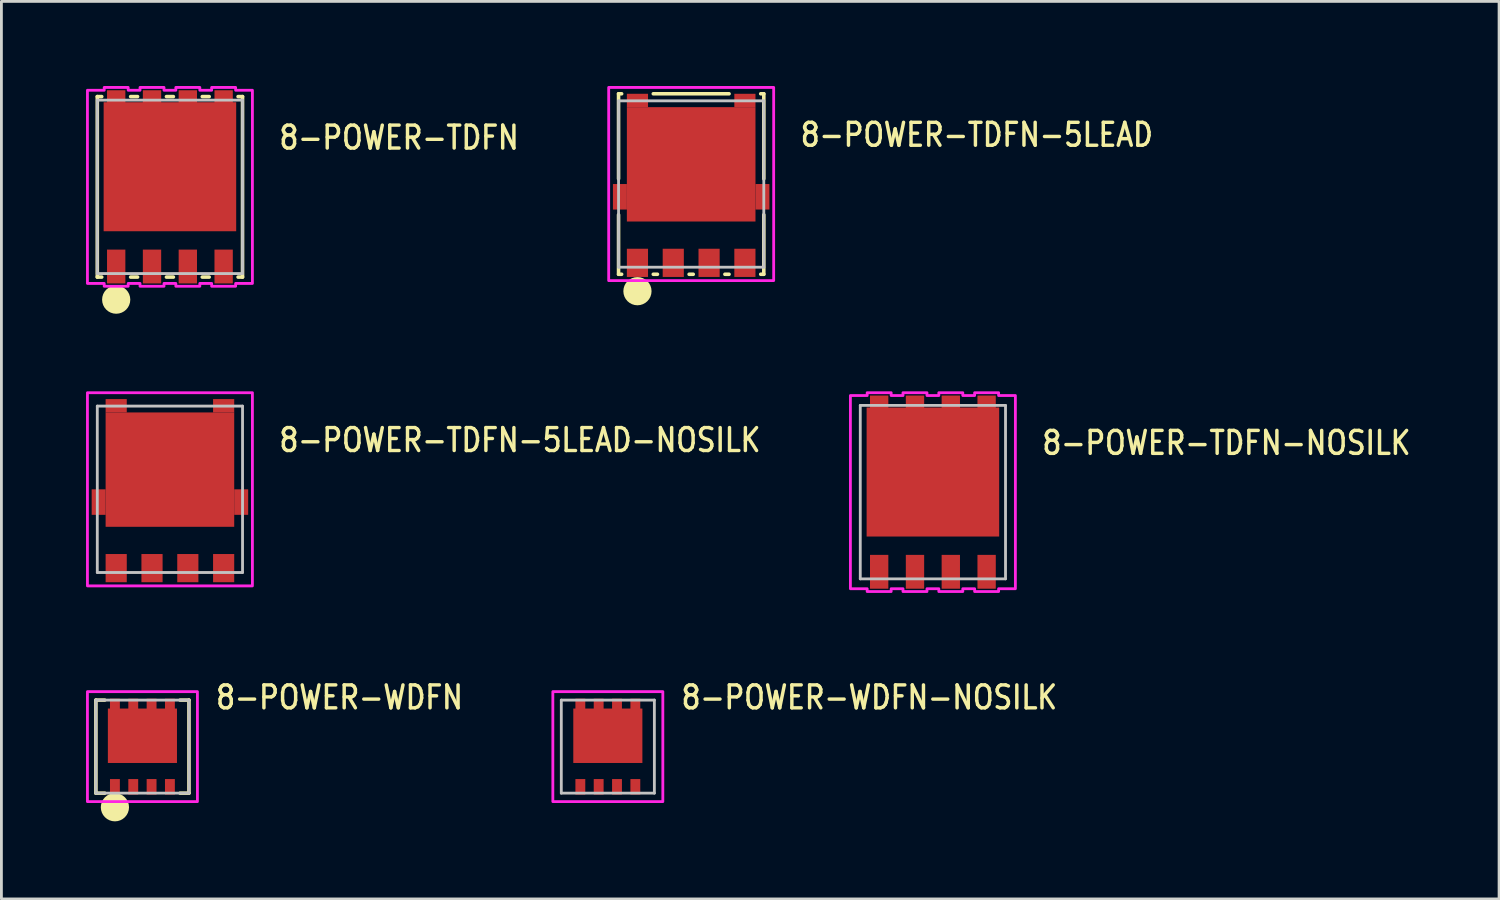
<source format=kicad_pcb>
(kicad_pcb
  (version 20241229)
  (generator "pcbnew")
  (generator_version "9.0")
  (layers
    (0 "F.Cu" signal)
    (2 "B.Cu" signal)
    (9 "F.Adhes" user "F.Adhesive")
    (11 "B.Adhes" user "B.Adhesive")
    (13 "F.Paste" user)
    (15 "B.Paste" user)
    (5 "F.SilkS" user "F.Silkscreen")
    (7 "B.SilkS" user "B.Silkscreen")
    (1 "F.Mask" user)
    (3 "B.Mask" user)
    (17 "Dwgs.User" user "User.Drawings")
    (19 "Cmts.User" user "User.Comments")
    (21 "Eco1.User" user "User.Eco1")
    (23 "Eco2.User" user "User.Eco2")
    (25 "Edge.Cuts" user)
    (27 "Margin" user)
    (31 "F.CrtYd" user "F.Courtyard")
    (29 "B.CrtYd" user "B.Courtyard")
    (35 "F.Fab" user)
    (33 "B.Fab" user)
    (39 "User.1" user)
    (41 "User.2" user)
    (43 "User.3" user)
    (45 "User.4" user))
  (footprint "8-POWER-TDFN"
    (layer "F.Cu")
    (at 2.975 3.575)
    (property "Reference" "8-POWER-TDFN" (at 3.81 -1.27 0) (unlocked yes) (layer "F.SilkS") (effects (font (size 0.813 0.695) (thickness 0.122)) (justify left bottom)))
    (fp_line (start -2.575 -3.2) (end -2.575 3.2) (stroke (width 0.127) (type solid)) (layer "F.SilkS"))
    (fp_line (start -2.575 3.2) (end -2.417 3.2) (stroke (width 0.127) (type solid)) (layer "F.SilkS"))
    (fp_line (start -2.417 -3.2) (end -2.575 -3.2) (stroke (width 0.127) (type solid)) (layer "F.SilkS"))
    (fp_line (start -1.393 -3.2) (end -1.147 -3.2) (stroke (width 0.127) (type solid)) (layer "F.SilkS"))
    (fp_line (start -1.393 3.2) (end -1.147 3.2) (stroke (width 0.127) (type solid)) (layer "F.SilkS"))
    (fp_line (start -0.123 -3.2) (end 0.123 -3.2) (stroke (width 0.127) (type solid)) (layer "F.SilkS"))
    (fp_line (start -0.123 3.2) (end 0.123 3.2) (stroke (width 0.127) (type solid)) (layer "F.SilkS"))
    (fp_line (start 1.147 -3.2) (end 1.393 -3.2) (stroke (width 0.127) (type solid)) (layer "F.SilkS"))
    (fp_line (start 1.147 3.2) (end 1.393 3.2) (stroke (width 0.127) (type solid)) (layer "F.SilkS"))
    (fp_line (start 2.417 -3.2) (end 2.575 -3.2) (stroke (width 0.127) (type solid)) (layer "F.SilkS"))
    (fp_line (start 2.575 -3.2) (end 2.575 3.2) (stroke (width 0.127) (type solid)) (layer "F.SilkS"))
    (fp_line (start 2.575 3.2) (end 2.417 3.2) (stroke (width 0.127) (type solid)) (layer "F.SilkS"))
    (fp_circle (center -1.905 4) (end -1.905 4) (stroke (width 0.5) (type solid)) (fill no) (layer "F.SilkS"))
    (fp_rect (start -1.47 -0.4) (end -0.2 -1.67) (stroke (width 0.01) (type solid)) (fill yes) (layer "F.Paste"))
    (fp_rect (start -1.47 1.27) (end -0.2 0) (stroke (width 0.01) (type solid)) (fill yes) (layer "F.Paste"))
    (fp_rect (start 0.2 -0.4) (end 1.47 -1.67) (stroke (width 0.01) (type solid)) (fill yes) (layer "F.Paste"))
    (fp_rect (start 0.2 1.27) (end 1.47 0) (stroke (width 0.01) (type solid)) (fill yes) (layer "F.Paste"))
    (fp_line (start -2.575 -3.075) (end 2.575 -3.075) (stroke (width 0.1) (type solid)) (layer "Dwgs.User"))
    (fp_line (start -2.575 3.075) (end -2.575 -3.075) (stroke (width 0.1) (type solid)) (layer "Dwgs.User"))
    (fp_line (start 2.575 -3.075) (end 2.575 3.075) (stroke (width 0.1) (type solid)) (layer "Dwgs.User"))
    (fp_line (start 2.575 3.075) (end -2.575 3.075) (stroke (width 0.1) (type solid)) (layer "Dwgs.User"))
    (fp_poly (pts (xy -2.925 -3.425) (xy -2.33 -3.425) (xy -2.33 -3.525) (xy -1.48 -3.525) (xy -1.48 -3.425) (xy -1.06 -3.425) (xy -1.06 -3.525) (xy -0.21 -3.525) (xy -0.21 -3.425) (xy 0.21 -3.425) (xy 0.21 -3.525) (xy 1.06 -3.525) (xy 1.06 -3.425) (xy 1.48 -3.425) (xy 1.48 -3.525) (xy 2.33 -3.525) (xy 2.33 -3.425) (xy 2.925 -3.425) (xy 2.925 3.425) (xy 2.33 3.425) (xy 2.33 3.525) (xy 1.48 3.525) (xy 1.48 3.425) (xy 1.06 3.425) (xy 1.06 3.525) (xy 0.21 3.525) (xy 0.21 3.425) (xy -0.21 3.425) (xy -0.21 3.525) (xy -1.06 3.525) (xy -1.06 3.425) (xy -1.48 3.425) (xy -1.48 3.525) (xy -2.33 3.525) (xy -2.33 3.425) (xy -2.925 3.425)) (stroke (width 0.1) (type solid)) (fill no) (layer "F.CrtYd"))
    (pad "1" smd rect (at -1.905 2.825) (size 0.65 1.2) (layers "F.Cu" "F.Mask" "F.Paste"))
    (pad "2" smd rect (at -0.635 2.825) (size 0.65 1.2) (layers "F.Cu" "F.Mask" "F.Paste"))
    (pad "3" smd rect (at 0.635 2.825) (size 0.65 1.2) (layers "F.Cu" "F.Mask" "F.Paste"))
    (pad "4" smd rect (at 1.905 2.825) (size 0.65 1.2) (layers "F.Cu" "F.Mask" "F.Paste"))
    (pad "5" smd rect (at 1.905 -2.825) (size 0.65 1.2) (layers "F.Cu" "F.Mask" "F.Paste"))
    (pad "6" smd rect (at 0.635 -2.825) (size 0.65 1.2) (layers "F.Cu" "F.Mask" "F.Paste"))
    (pad "7" smd rect (at -0.635 -2.825) (size 0.65 1.2) (layers "F.Cu" "F.Mask" "F.Paste"))
    (pad "8" smd rect (at -1.905 -2.825) (size 0.65 1.2) (layers "F.Cu" "F.Mask" "F.Paste"))
    (pad "TAB" smd rect (at 0 -0.713) (size 4.7 4.575) (layers "F.Cu" "F.Mask")))
  (footprint "8-POWER-TDFN-NOSILK"
    (layer "F.Cu")
    (at 30.029 14.4)
    (property "Reference" "8-POWER-TDFN-NOSILK" (at 3.81 -1.27 0) (unlocked yes) (layer "F.SilkS") (effects (font (size 0.813 0.695) (thickness 0.122)) (justify left bottom)))
    (fp_rect (start -1.47 -0.4) (end -0.2 -1.67) (stroke (width 0.01) (type solid)) (fill yes) (layer "F.Paste"))
    (fp_rect (start -1.47 1.27) (end -0.2 0) (stroke (width 0.01) (type solid)) (fill yes) (layer "F.Paste"))
    (fp_rect (start 0.2 -0.4) (end 1.47 -1.67) (stroke (width 0.01) (type solid)) (fill yes) (layer "F.Paste"))
    (fp_rect (start 0.2 1.27) (end 1.47 0) (stroke (width 0.01) (type solid)) (fill yes) (layer "F.Paste"))
    (fp_line (start -2.575 -3.075) (end 2.575 -3.075) (stroke (width 0.1) (type solid)) (layer "Dwgs.User"))
    (fp_line (start -2.575 3.075) (end -2.575 -3.075) (stroke (width 0.1) (type solid)) (layer "Dwgs.User"))
    (fp_line (start 2.575 -3.075) (end 2.575 3.075) (stroke (width 0.1) (type solid)) (layer "Dwgs.User"))
    (fp_line (start 2.575 3.075) (end -2.575 3.075) (stroke (width 0.1) (type solid)) (layer "Dwgs.User"))
    (fp_poly (pts (xy -2.925 -3.425) (xy -2.33 -3.425) (xy -2.33 -3.525) (xy -1.48 -3.525) (xy -1.48 -3.425) (xy -1.06 -3.425) (xy -1.06 -3.525) (xy -0.21 -3.525) (xy -0.21 -3.425) (xy 0.21 -3.425) (xy 0.21 -3.525) (xy 1.06 -3.525) (xy 1.06 -3.425) (xy 1.48 -3.425) (xy 1.48 -3.525) (xy 2.33 -3.525) (xy 2.33 -3.425) (xy 2.925 -3.425) (xy 2.925 3.425) (xy 2.33 3.425) (xy 2.33 3.525) (xy 1.48 3.525) (xy 1.48 3.425) (xy 1.06 3.425) (xy 1.06 3.525) (xy 0.21 3.525) (xy 0.21 3.425) (xy -0.21 3.425) (xy -0.21 3.525) (xy -1.06 3.525) (xy -1.06 3.425) (xy -1.48 3.425) (xy -1.48 3.525) (xy -2.33 3.525) (xy -2.33 3.425) (xy -2.925 3.425)) (stroke (width 0.1) (type solid)) (fill no) (layer "F.CrtYd"))
    (pad "1" smd rect (at -1.905 2.825) (size 0.65 1.2) (layers "F.Cu" "F.Mask" "F.Paste"))
    (pad "2" smd rect (at -0.635 2.825) (size 0.65 1.2) (layers "F.Cu" "F.Mask" "F.Paste"))
    (pad "3" smd rect (at 0.635 2.825) (size 0.65 1.2) (layers "F.Cu" "F.Mask" "F.Paste"))
    (pad "4" smd rect (at 1.905 2.825) (size 0.65 1.2) (layers "F.Cu" "F.Mask" "F.Paste"))
    (pad "5" smd rect (at 1.905 -2.825) (size 0.65 1.2) (layers "F.Cu" "F.Mask" "F.Paste"))
    (pad "6" smd rect (at 0.635 -2.825) (size 0.65 1.2) (layers "F.Cu" "F.Mask" "F.Paste"))
    (pad "7" smd rect (at -0.635 -2.825) (size 0.65 1.2) (layers "F.Cu" "F.Mask" "F.Paste"))
    (pad "8" smd rect (at -1.905 -2.825) (size 0.65 1.2) (layers "F.Cu" "F.Mask" "F.Paste"))
    (pad "TAB" smd rect (at 0 -0.713) (size 4.7 4.575) (layers "F.Cu" "F.Mask")))
  (footprint "8-POWER-WDFN"
    (layer "F.Cu")
    (at 2 23.424)
    (property "Reference" "8-POWER-WDFN" (at 2.54 -1.27 0) (unlocked yes) (layer "F.SilkS") (effects (font (size 0.813 0.695) (thickness 0.122)) (justify left bottom)))
    (fp_line (start -1.65 -1.65) (end -1.65 1.65) (stroke (width 0.127) (type solid)) (layer "F.SilkS"))
    (fp_line (start -1.65 1.65) (end -1.337 1.65) (stroke (width 0.127) (type solid)) (layer "F.SilkS"))
    (fp_line (start -1.337 -1.65) (end -1.65 -1.65) (stroke (width 0.127) (type solid)) (layer "F.SilkS"))
    (fp_line (start 1.337 -1.65) (end 1.65 -1.65) (stroke (width 0.127) (type solid)) (layer "F.SilkS"))
    (fp_line (start 1.65 -1.65) (end 1.65 1.65) (stroke (width 0.127) (type solid)) (layer "F.SilkS"))
    (fp_line (start 1.65 1.65) (end 1.337 1.65) (stroke (width 0.127) (type solid)) (layer "F.SilkS"))
    (fp_circle (center -0.975 2.15) (end -0.975 2.15) (stroke (width 0.5) (type solid)) (fill no) (layer "F.SilkS"))
    (fp_rect (start -0.75 0.25) (end 0.75 -0.75) (stroke (width 0.01) (type solid)) (fill yes) (layer "F.Paste"))
    (fp_line (start -1.65 -1.65) (end 1.65 -1.65) (stroke (width 0.1) (type solid)) (layer "Dwgs.User"))
    (fp_line (start -1.65 1.65) (end -1.65 -1.65) (stroke (width 0.1) (type solid)) (layer "Dwgs.User"))
    (fp_line (start 1.65 -1.65) (end 1.65 1.65) (stroke (width 0.1) (type solid)) (layer "Dwgs.User"))
    (fp_line (start 1.65 1.65) (end -1.65 1.65) (stroke (width 0.1) (type solid)) (layer "Dwgs.User"))
    (fp_poly (pts (xy -1.95 -1.95) (xy 1.95 -1.95) (xy 1.95 1.95) (xy -1.95 1.95)) (stroke (width 0.1) (type solid)) (fill no) (layer "F.CrtYd"))
    (pad "1" smd rect (at -0.975 1.425) (size 0.35 0.55) (layers "F.Cu" "F.Mask" "F.Paste"))
    (pad "2" smd rect (at -0.325 1.425) (size 0.35 0.55) (layers "F.Cu" "F.Mask" "F.Paste"))
    (pad "3" smd rect (at 0.325 1.425) (size 0.35 0.55) (layers "F.Cu" "F.Mask" "F.Paste"))
    (pad "4" smd rect (at 0.975 1.425) (size 0.35 0.55) (layers "F.Cu" "F.Mask" "F.Paste"))
    (pad "5" smd rect (at 0.975 -1.425) (size 0.35 0.55) (layers "F.Cu" "F.Mask" "F.Paste"))
    (pad "6" smd rect (at 0.325 -1.425) (size 0.35 0.55) (layers "F.Cu" "F.Mask" "F.Paste"))
    (pad "7" smd rect (at -0.325 -1.425) (size 0.35 0.55) (layers "F.Cu" "F.Mask" "F.Paste"))
    (pad "8" smd rect (at -0.975 -1.425) (size 0.35 0.55) (layers "F.Cu" "F.Mask" "F.Paste"))
    (pad "TAB" smd rect (at 0 -0.385) (size 2.45 1.93) (layers "F.Cu" "F.Mask")))
  (footprint "8-POWER-TDFN-5LEAD-NOSILK"
    (layer "F.Cu")
    (at 2.975 14.3)
    (property "Reference" "8-POWER-TDFN-5LEAD-NOSILK" (at 3.81 -1.27 0) (unlocked yes) (layer "F.SilkS") (effects (font (size 0.813 0.695) (thickness 0.122)) (justify left bottom)))
    (fp_rect (start -1.47 -0.4) (end -0.2 -1.67) (stroke (width 0.01) (type solid)) (fill yes) (layer "F.Paste"))
    (fp_rect (start -1.47 1.27) (end -0.2 0) (stroke (width 0.01) (type solid)) (fill yes) (layer "F.Paste"))
    (fp_rect (start 0.2 -0.4) (end 1.47 -1.67) (stroke (width 0.01) (type solid)) (fill yes) (layer "F.Paste"))
    (fp_rect (start 0.2 1.27) (end 1.47 0) (stroke (width 0.01) (type solid)) (fill yes) (layer "F.Paste"))
    (fp_line (start -2.575 -2.95) (end 2.575 -2.95) (stroke (width 0.1) (type solid)) (layer "Dwgs.User"))
    (fp_line (start -2.575 2.95) (end -2.575 -2.95) (stroke (width 0.1) (type solid)) (layer "Dwgs.User"))
    (fp_line (start 2.575 -2.95) (end 2.575 2.95) (stroke (width 0.1) (type solid)) (layer "Dwgs.User"))
    (fp_line (start 2.575 2.95) (end -2.575 2.95) (stroke (width 0.1) (type solid)) (layer "Dwgs.User"))
    (fp_poly (pts (xy -2.925 -3.425) (xy 2.925 -3.425) (xy 2.925 3.425) (xy -2.925 3.425)) (stroke (width 0.1) (type solid)) (fill no) (layer "F.CrtYd"))
    (pad "1" smd rect (at -1.905 2.795) (size 0.75 1) (layers "F.Cu" "F.Mask" "F.Paste"))
    (pad "2" smd rect (at -0.635 2.795) (size 0.75 1) (layers "F.Cu" "F.Mask" "F.Paste"))
    (pad "3" smd rect (at 0.635 2.795) (size 0.75 1) (layers "F.Cu" "F.Mask" "F.Paste"))
    (pad "4" smd rect (at 1.905 2.795) (size 0.75 1) (layers "F.Cu" "F.Mask" "F.Paste"))
    (pad "5" smd rect (at 1.905 -2.962) (size 0.75 0.475) (layers "F.Cu" "F.Mask" "F.Paste"))
    (pad "8" smd rect (at -1.905 -2.962) (size 0.75 0.475) (layers "F.Cu" "F.Mask" "F.Paste"))
    (pad "TAB" smd rect (at 0 -0.698) (size 4.56 4.055) (layers "F.Cu" "F.Mask"))
    (pad "TAB_1" smd rect (at 2.527 0.453) (size 0.495 0.905) (layers "F.Cu" "F.Mask" "F.Paste"))
    (pad "TAB_2" smd rect (at -2.527 0.453) (size 0.495 0.905) (layers "F.Cu" "F.Mask" "F.Paste")))
  (footprint "8-POWER-WDFN-NOSILK"
    (layer "F.Cu")
    (at 18.503 23.424)
    (property "Reference" "8-POWER-WDFN-NOSILK" (at 2.54 -1.27 0) (unlocked yes) (layer "F.SilkS") (effects (font (size 0.813 0.695) (thickness 0.122)) (justify left bottom)))
    (fp_rect (start -0.75 0.25) (end 0.75 -0.75) (stroke (width 0.01) (type solid)) (fill yes) (layer "F.Paste"))
    (fp_line (start -1.65 -1.65) (end 1.65 -1.65) (stroke (width 0.1) (type solid)) (layer "Dwgs.User"))
    (fp_line (start -1.65 1.65) (end -1.65 -1.65) (stroke (width 0.1) (type solid)) (layer "Dwgs.User"))
    (fp_line (start 1.65 -1.65) (end 1.65 1.65) (stroke (width 0.1) (type solid)) (layer "Dwgs.User"))
    (fp_line (start 1.65 1.65) (end -1.65 1.65) (stroke (width 0.1) (type solid)) (layer "Dwgs.User"))
    (fp_poly (pts (xy -1.95 -1.95) (xy 1.95 -1.95) (xy 1.95 1.95) (xy -1.95 1.95)) (stroke (width 0.1) (type solid)) (fill no) (layer "F.CrtYd"))
    (pad "1" smd rect (at -0.975 1.425) (size 0.35 0.55) (layers "F.Cu" "F.Mask" "F.Paste"))
    (pad "2" smd rect (at -0.325 1.425) (size 0.35 0.55) (layers "F.Cu" "F.Mask" "F.Paste"))
    (pad "3" smd rect (at 0.325 1.425) (size 0.35 0.55) (layers "F.Cu" "F.Mask" "F.Paste"))
    (pad "4" smd rect (at 0.975 1.425) (size 0.35 0.55) (layers "F.Cu" "F.Mask" "F.Paste"))
    (pad "5" smd rect (at 0.975 -1.425) (size 0.35 0.55) (layers "F.Cu" "F.Mask" "F.Paste"))
    (pad "6" smd rect (at 0.325 -1.425) (size 0.35 0.55) (layers "F.Cu" "F.Mask" "F.Paste"))
    (pad "7" smd rect (at -0.325 -1.425) (size 0.35 0.55) (layers "F.Cu" "F.Mask" "F.Paste"))
    (pad "8" smd rect (at -0.975 -1.425) (size 0.35 0.55) (layers "F.Cu" "F.Mask" "F.Paste"))
    (pad "TAB" smd rect (at 0 -0.385) (size 2.45 1.93) (layers "F.Cu" "F.Mask")))
  (footprint "8-POWER-TDFN-5LEAD"
    (layer "F.Cu")
    (at 21.458 3.475)
    (property "Reference" "8-POWER-TDFN-5LEAD" (at 3.81 -1.27 0) (unlocked yes) (layer "F.SilkS") (effects (font (size 0.813 0.695) (thickness 0.122)) (justify left bottom)))
    (fp_line (start -2.575 -3.2) (end -2.575 -0.186) (stroke (width 0.127) (type solid)) (layer "F.SilkS"))
    (fp_line (start -2.575 1.091) (end -2.575 3.2) (stroke (width 0.127) (type solid)) (layer "F.SilkS"))
    (fp_line (start -2.575 3.2) (end -2.466 3.2) (stroke (width 0.127) (type solid)) (layer "F.SilkS"))
    (fp_line (start -2.466 -3.2) (end -2.575 -3.2) (stroke (width 0.127) (type solid)) (layer "F.SilkS"))
    (fp_line (start -1.343 -3.2) (end 1.343 -3.2) (stroke (width 0.127) (type solid)) (layer "F.SilkS"))
    (fp_line (start -1.343 3.2) (end -1.196 3.2) (stroke (width 0.127) (type solid)) (layer "F.SilkS"))
    (fp_line (start -0.073 3.2) (end 0.073 3.2) (stroke (width 0.127) (type solid)) (layer "F.SilkS"))
    (fp_line (start 1.196 3.2) (end 1.343 3.2) (stroke (width 0.127) (type solid)) (layer "F.SilkS"))
    (fp_line (start 2.466 -3.2) (end 2.575 -3.2) (stroke (width 0.127) (type solid)) (layer "F.SilkS"))
    (fp_line (start 2.575 -3.2) (end 2.575 -0.186) (stroke (width 0.127) (type solid)) (layer "F.SilkS"))
    (fp_line (start 2.575 1.091) (end 2.575 3.2) (stroke (width 0.127) (type solid)) (layer "F.SilkS"))
    (fp_line (start 2.575 3.2) (end 2.466 3.2) (stroke (width 0.127) (type solid)) (layer "F.SilkS"))
    (fp_circle (center -1.905 3.8) (end -1.905 3.8) (stroke (width 0.5) (type solid)) (fill no) (layer "F.SilkS"))
    (fp_rect (start -1.47 -0.4) (end -0.2 -1.67) (stroke (width 0.01) (type solid)) (fill yes) (layer "F.Paste"))
    (fp_rect (start -1.47 1.27) (end -0.2 0) (stroke (width 0.01) (type solid)) (fill yes) (layer "F.Paste"))
    (fp_rect (start 0.2 -0.4) (end 1.47 -1.67) (stroke (width 0.01) (type solid)) (fill yes) (layer "F.Paste"))
    (fp_rect (start 0.2 1.27) (end 1.47 0) (stroke (width 0.01) (type solid)) (fill yes) (layer "F.Paste"))
    (fp_line (start -2.575 -2.95) (end 2.575 -2.95) (stroke (width 0.1) (type solid)) (layer "Dwgs.User"))
    (fp_line (start -2.575 2.95) (end -2.575 -2.95) (stroke (width 0.1) (type solid)) (layer "Dwgs.User"))
    (fp_line (start 2.575 -2.95) (end 2.575 2.95) (stroke (width 0.1) (type solid)) (layer "Dwgs.User"))
    (fp_line (start 2.575 2.95) (end -2.575 2.95) (stroke (width 0.1) (type solid)) (layer "Dwgs.User"))
    (fp_poly (pts (xy -2.925 -3.425) (xy 2.925 -3.425) (xy 2.925 3.425) (xy -2.925 3.425)) (stroke (width 0.1) (type solid)) (fill no) (layer "F.CrtYd"))
    (pad "1" smd rect (at -1.905 2.795) (size 0.75 1) (layers "F.Cu" "F.Mask" "F.Paste"))
    (pad "2" smd rect (at -0.635 2.795) (size 0.75 1) (layers "F.Cu" "F.Mask" "F.Paste"))
    (pad "3" smd rect (at 0.635 2.795) (size 0.75 1) (layers "F.Cu" "F.Mask" "F.Paste"))
    (pad "4" smd rect (at 1.905 2.795) (size 0.75 1) (layers "F.Cu" "F.Mask" "F.Paste"))
    (pad "5" smd rect (at 1.905 -2.962) (size 0.75 0.475) (layers "F.Cu" "F.Mask" "F.Paste"))
    (pad "8" smd rect (at -1.905 -2.962) (size 0.75 0.475) (layers "F.Cu" "F.Mask" "F.Paste"))
    (pad "TAB" smd rect (at 0 -0.698) (size 4.56 4.055) (layers "F.Cu" "F.Mask"))
    (pad "TAB_1" smd rect (at 2.527 0.453) (size 0.495 0.905) (layers "F.Cu" "F.Mask" "F.Paste"))
    (pad "TAB_2" smd rect (at -2.527 0.453) (size 0.495 0.905) (layers "F.Cu" "F.Mask" "F.Paste")))
  (gr_rect
    (start -3 -3)
    (end 50.105 28.824)
    (stroke (width 0.1) (type default))
    (fill no)
    (layer "Edge.Cuts")))
</source>
